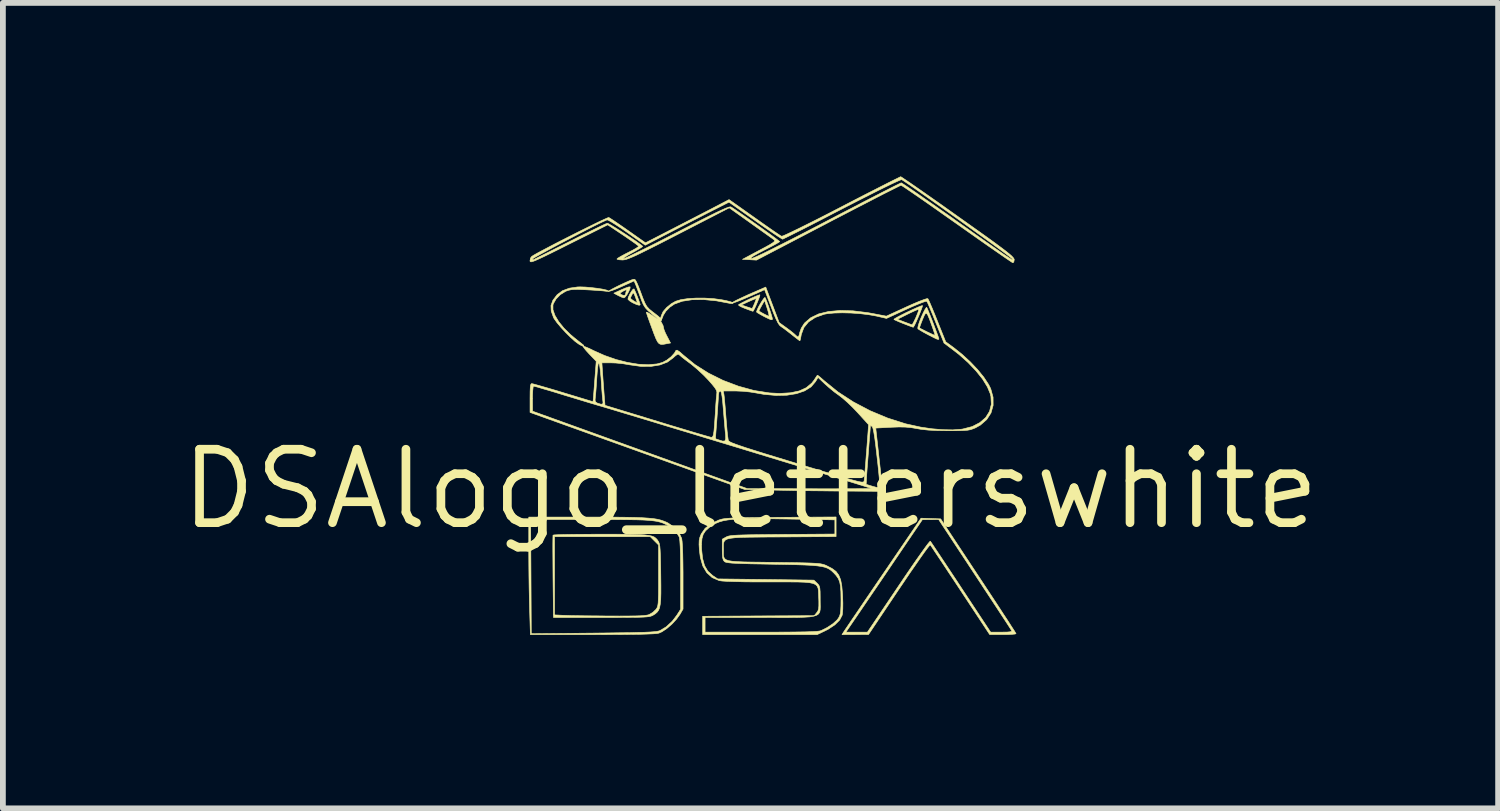
<source format=kicad_pcb>
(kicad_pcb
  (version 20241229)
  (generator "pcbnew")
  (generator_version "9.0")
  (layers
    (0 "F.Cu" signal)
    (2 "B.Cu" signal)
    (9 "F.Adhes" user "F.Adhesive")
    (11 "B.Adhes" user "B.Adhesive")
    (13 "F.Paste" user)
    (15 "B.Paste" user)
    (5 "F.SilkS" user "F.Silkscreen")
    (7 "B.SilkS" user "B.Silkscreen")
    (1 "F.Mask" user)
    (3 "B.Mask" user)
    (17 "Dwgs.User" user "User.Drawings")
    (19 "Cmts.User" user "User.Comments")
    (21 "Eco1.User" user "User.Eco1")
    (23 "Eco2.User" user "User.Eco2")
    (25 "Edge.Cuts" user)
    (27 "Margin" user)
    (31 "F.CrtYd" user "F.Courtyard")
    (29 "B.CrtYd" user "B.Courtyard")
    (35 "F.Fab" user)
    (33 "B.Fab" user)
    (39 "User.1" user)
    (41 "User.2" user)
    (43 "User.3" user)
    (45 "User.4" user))
  (footprint "DSAlogo_letterswhite"
    (layer "F.Cu")
    (at 9.925 5.407)
    (property "Reference" "DSAlogo_letterswhite" (at 0 0 0) (layer "F.SilkS") (effects (font (size 1.27 1.27) (thickness 0.15))))
    (attr through_hole)
    (fp_poly (pts (xy 3.096 1.482) (xy 3.136 1.533) (xy 3.198 1.617) (xy 3.282 1.734) (xy 3.389 1.886) (xy 3.519 2.071) (xy 3.646 2.255) (xy 3.811 2.493) (xy 2.386 2.493) (xy 2.425 2.433) (xy 2.565 2.217) (xy 2.684 2.034) (xy 2.784 1.881) (xy 2.866 1.757) (xy 2.931 1.658) (xy 2.982 1.583) (xy 3.021 1.528) (xy 3.048 1.492) (xy 3.065 1.471) (xy 3.075 1.464) (xy 3.077 1.464) (xy 3.096 1.482)) (stroke (width 0.01) (type solid)) (fill yes) (layer "F.Mask"))
    (fp_poly (pts (xy -0.838 -3.256) (xy -0.717 -3.25) (xy -0.607 -3.24) (xy -0.518 -3.228) (xy -0.467 -3.216) (xy -0.372 -3.186) (xy -0.689 -3.034) (xy -0.798 -2.982) (xy -0.896 -2.936) (xy -0.977 -2.9) (xy -1.032 -2.877) (xy -1.05 -2.87) (xy -1.079 -2.871) (xy -1.113 -2.892) (xy -1.161 -2.938) (xy -1.216 -3.001) (xy -1.269 -3.067) (xy -1.309 -3.122) (xy -1.328 -3.159) (xy -1.329 -3.166) (xy -1.307 -3.186) (xy -1.256 -3.212) (xy -1.217 -3.227) (xy -1.164 -3.243) (xy -1.105 -3.254) (xy -1.031 -3.258) (xy -0.933 -3.258) (xy -0.838 -3.256)) (stroke (width 0.01) (type solid)) (fill yes) (layer "F.Mask"))
    (fp_poly (pts (xy -2.893 -3.447) (xy -2.794 -3.442) (xy -2.7 -3.432) (xy -2.62 -3.42) (xy -2.562 -3.405) (xy -2.536 -3.388) (xy -2.535 -3.383) (xy -2.554 -3.37) (xy -2.603 -3.344) (xy -2.673 -3.307) (xy -2.757 -3.266) (xy -2.845 -3.222) (xy -2.93 -3.182) (xy -3.003 -3.148) (xy -3.055 -3.125) (xy -3.079 -3.117) (xy -3.079 -3.117) (xy -3.093 -3.133) (xy -3.126 -3.173) (xy -3.174 -3.229) (xy -3.182 -3.239) (xy -3.236 -3.308) (xy -3.259 -3.356) (xy -3.248 -3.388) (xy -3.202 -3.413) (xy -3.135 -3.433) (xy -3.073 -3.444) (xy -2.989 -3.448) (xy -2.893 -3.447)) (stroke (width 0.01) (type solid)) (fill yes) (layer "F.Mask"))
    (fp_poly (pts (xy 0.535 -2.785) (xy 0.579 -2.754) (xy 0.641 -2.706) (xy 0.691 -2.665) (xy 0.77 -2.597) (xy 0.823 -2.545) (xy 0.857 -2.499) (xy 0.881 -2.449) (xy 0.894 -2.411) (xy 0.925 -2.329) (xy 0.964 -2.249) (xy 0.984 -2.216) (xy 1.015 -2.168) (xy 1.031 -2.136) (xy 1.031 -2.131) (xy 1.005 -2.122) (xy 0.952 -2.113) (xy 0.886 -2.105) (xy 0.821 -2.099) (xy 0.771 -2.097) (xy 0.749 -2.1) (xy 0.736 -2.131) (xy 0.713 -2.191) (xy 0.684 -2.273) (xy 0.651 -2.369) (xy 0.616 -2.471) (xy 0.583 -2.571) (xy 0.553 -2.661) (xy 0.531 -2.734) (xy 0.518 -2.78) (xy 0.516 -2.794) (xy 0.535 -2.785)) (stroke (width 0.01) (type solid)) (fill yes) (layer "F.Mask"))
    (fp_poly (pts (xy -2.296 -3.325) (xy -2.235 -3.301) (xy -2.193 -3.282) (xy -2.182 -3.274) (xy -2.19 -3.253) (xy -2.212 -3.2) (xy -2.244 -3.125) (xy -2.283 -3.033) (xy -2.327 -2.933) (xy -2.371 -2.832) (xy -2.412 -2.737) (xy -2.448 -2.657) (xy -2.474 -2.6) (xy -2.487 -2.571) (xy -2.488 -2.57) (xy -2.506 -2.579) (xy -2.549 -2.61) (xy -2.61 -2.657) (xy -2.65 -2.688) (xy -2.727 -2.753) (xy -2.807 -2.825) (xy -2.884 -2.898) (xy -2.95 -2.966) (xy -2.999 -3.021) (xy -3.025 -3.058) (xy -3.028 -3.067) (xy -3.01 -3.081) (xy -2.959 -3.109) (xy -2.883 -3.148) (xy -2.788 -3.194) (xy -2.719 -3.226) (xy -2.411 -3.368) (xy -2.296 -3.325)) (stroke (width 0.01) (type solid)) (fill yes) (layer "F.Mask"))
    (fp_poly (pts (xy 1.711 -3.034) (xy 1.893 -3.021) (xy 2.07 -2.995) (xy 2.232 -2.959) (xy 2.249 -2.954) (xy 2.274 -2.937) (xy 2.271 -2.924) (xy 2.245 -2.909) (xy 2.189 -2.88) (xy 2.108 -2.841) (xy 2.01 -2.794) (xy 1.901 -2.743) (xy 1.788 -2.69) (xy 1.678 -2.64) (xy 1.579 -2.595) (xy 1.496 -2.559) (xy 1.437 -2.534) (xy 1.409 -2.524) (xy 1.408 -2.524) (xy 1.387 -2.541) (xy 1.347 -2.585) (xy 1.294 -2.649) (xy 1.241 -2.717) (xy 1.184 -2.796) (xy 1.14 -2.864) (xy 1.112 -2.913) (xy 1.106 -2.935) (xy 1.131 -2.954) (xy 1.184 -2.977) (xy 1.251 -2.999) (xy 1.379 -3.024) (xy 1.536 -3.036) (xy 1.711 -3.034)) (stroke (width 0.01) (type solid)) (fill yes) (layer "F.Mask"))
    (fp_poly (pts (xy 3.417 -2.449) (xy 3.463 -2.42) (xy 3.526 -2.374) (xy 3.599 -2.316) (xy 3.675 -2.252) (xy 3.747 -2.187) (xy 3.809 -2.128) (xy 3.83 -2.106) (xy 3.92 -2.002) (xy 3.996 -1.901) (xy 4.056 -1.808) (xy 4.097 -1.73) (xy 4.115 -1.671) (xy 4.107 -1.636) (xy 4.104 -1.633) (xy 4.072 -1.624) (xy 4.01 -1.614) (xy 3.929 -1.605) (xy 3.909 -1.603) (xy 3.826 -1.595) (xy 3.759 -1.587) (xy 3.719 -1.58) (xy 3.715 -1.579) (xy 3.7 -1.595) (xy 3.674 -1.649) (xy 3.637 -1.738) (xy 3.591 -1.859) (xy 3.538 -2.007) (xy 3.494 -2.135) (xy 3.455 -2.25) (xy 3.425 -2.344) (xy 3.404 -2.413) (xy 3.395 -2.45) (xy 3.395 -2.455) (xy 3.417 -2.449)) (stroke (width 0.01) (type solid)) (fill yes) (layer "F.Mask"))
    (fp_poly (pts (xy -2.107 -3.255) (xy -2.061 -3.233) (xy -2.004 -3.202) (xy -1.935 -3.158) (xy -1.892 -3.116) (xy -1.861 -3.061) (xy -1.846 -3.025) (xy -1.82 -2.955) (xy -1.784 -2.861) (xy -1.745 -2.76) (xy -1.729 -2.717) (xy -1.696 -2.632) (xy -1.671 -2.56) (xy -1.656 -2.513) (xy -1.653 -2.5) (xy -1.672 -2.493) (xy -1.726 -2.488) (xy -1.804 -2.485) (xy -1.899 -2.484) (xy -2.002 -2.485) (xy -2.104 -2.488) (xy -2.197 -2.493) (xy -2.272 -2.5) (xy -2.296 -2.503) (xy -2.36 -2.517) (xy -2.406 -2.532) (xy -2.418 -2.54) (xy -2.417 -2.565) (xy -2.399 -2.625) (xy -2.366 -2.713) (xy -2.32 -2.826) (xy -2.286 -2.906) (xy -2.237 -3.018) (xy -2.194 -3.116) (xy -2.159 -3.193) (xy -2.136 -3.244) (xy -2.128 -3.261) (xy -2.107 -3.255)) (stroke (width 0.01) (type solid)) (fill yes) (layer "F.Mask"))
    (fp_poly (pts (xy -0.118 -3.121) (xy -0.05 -3.091) (xy -0.001 -3.062) (xy 0.019 -3.042) (xy 0.019 -3.041) (xy 0.011 -3.015) (xy -0.012 -2.956) (xy -0.046 -2.871) (xy -0.091 -2.767) (xy -0.142 -2.649) (xy -0.152 -2.627) (xy -0.204 -2.507) (xy -0.252 -2.399) (xy -0.291 -2.31) (xy -0.319 -2.246) (xy -0.333 -2.213) (xy -0.334 -2.211) (xy -0.353 -2.186) (xy -0.359 -2.184) (xy -0.38 -2.197) (xy -0.426 -2.231) (xy -0.491 -2.281) (xy -0.552 -2.33) (xy -0.629 -2.395) (xy -0.712 -2.469) (xy -0.796 -2.547) (xy -0.876 -2.624) (xy -0.945 -2.694) (xy -0.999 -2.751) (xy -1.031 -2.79) (xy -1.038 -2.806) (xy -1.016 -2.818) (xy -0.963 -2.844) (xy -0.883 -2.882) (xy -0.782 -2.93) (xy -0.666 -2.985) (xy -0.642 -2.996) (xy -0.256 -3.176) (xy -0.118 -3.121)) (stroke (width 0.01) (type solid)) (fill yes) (layer "F.Mask"))
    (fp_poly (pts (xy 0.13 -3.001) (xy 0.187 -2.977) (xy 0.259 -2.943) (xy 0.271 -2.937) (xy 0.415 -2.864) (xy 0.559 -2.481) (xy 0.603 -2.363) (xy 0.641 -2.258) (xy 0.67 -2.173) (xy 0.688 -2.116) (xy 0.694 -2.09) (xy 0.694 -2.09) (xy 0.67 -2.085) (xy 0.613 -2.08) (xy 0.533 -2.075) (xy 0.44 -2.071) (xy 0.343 -2.069) (xy 0.253 -2.067) (xy 0.179 -2.068) (xy 0.136 -2.07) (xy 0.056 -2.079) (xy -0.035 -2.092) (xy -0.124 -2.107) (xy -0.201 -2.121) (xy -0.255 -2.134) (xy -0.27 -2.139) (xy -0.27 -2.162) (xy -0.255 -2.216) (xy -0.227 -2.295) (xy -0.19 -2.391) (xy -0.146 -2.5) (xy -0.099 -2.612) (xy -0.05 -2.722) (xy -0.004 -2.824) (xy 0.037 -2.909) (xy 0.071 -2.972) (xy 0.093 -3.006) (xy 0.099 -3.009) (xy 0.13 -3.001)) (stroke (width 0.01) (type solid)) (fill yes) (layer "F.Mask"))
    (fp_poly (pts (xy 2.607 -2.842) (xy 2.703 -2.809) (xy 2.764 -2.785) (xy 2.796 -2.765) (xy 2.805 -2.747) (xy 2.803 -2.738) (xy 2.776 -2.671) (xy 2.737 -2.58) (xy 2.689 -2.472) (xy 2.634 -2.353) (xy 2.577 -2.229) (xy 2.518 -2.105) (xy 2.462 -1.987) (xy 2.411 -1.882) (xy 2.367 -1.795) (xy 2.335 -1.733) (xy 2.315 -1.701) (xy 2.312 -1.698) (xy 2.285 -1.71) (xy 2.234 -1.742) (xy 2.165 -1.789) (xy 2.111 -1.828) (xy 2.037 -1.887) (xy 1.952 -1.96) (xy 1.86 -2.043) (xy 1.767 -2.13) (xy 1.677 -2.217) (xy 1.597 -2.299) (xy 1.532 -2.369) (xy 1.486 -2.424) (xy 1.464 -2.458) (xy 1.464 -2.464) (xy 1.485 -2.48) (xy 1.539 -2.51) (xy 1.621 -2.552) (xy 1.725 -2.602) (xy 1.847 -2.66) (xy 1.935 -2.7) (xy 2.398 -2.91) (xy 2.607 -2.842)) (stroke (width 0.01) (type solid)) (fill yes) (layer "F.Mask"))
    (fp_poly (pts (xy 2.873 -2.745) (xy 2.92 -2.722) (xy 2.99 -2.687) (xy 3.067 -2.646) (xy 3.278 -2.534) (xy 3.458 -2.052) (xy 3.509 -1.918) (xy 3.553 -1.797) (xy 3.591 -1.695) (xy 3.619 -1.618) (xy 3.635 -1.572) (xy 3.639 -1.56) (xy 3.619 -1.555) (xy 3.564 -1.553) (xy 3.481 -1.551) (xy 3.377 -1.551) (xy 3.259 -1.552) (xy 3.134 -1.554) (xy 3.011 -1.557) (xy 2.894 -1.56) (xy 2.793 -1.564) (xy 2.713 -1.569) (xy 2.668 -1.574) (xy 2.573 -1.591) (xy 2.49 -1.614) (xy 2.427 -1.639) (xy 2.393 -1.663) (xy 2.39 -1.671) (xy 2.398 -1.694) (xy 2.422 -1.751) (xy 2.458 -1.836) (xy 2.504 -1.944) (xy 2.559 -2.071) (xy 2.62 -2.21) (xy 2.623 -2.216) (xy 2.684 -2.355) (xy 2.739 -2.481) (xy 2.786 -2.588) (xy 2.823 -2.672) (xy 2.847 -2.728) (xy 2.856 -2.751) (xy 2.856 -2.751) (xy 2.873 -2.745)) (stroke (width 0.01) (type solid)) (fill yes) (layer "F.Mask"))
    (fp_poly (pts (xy -3.778 -1.352) (xy -3.718 -1.332) (xy -3.626 -1.299) (xy -3.504 -1.256) (xy -3.356 -1.203) (xy -3.185 -1.142) (xy -2.995 -1.074) (xy -2.788 -0.999) (xy -2.569 -0.921) (xy -2.341 -0.838) (xy -2.106 -0.753) (xy -1.87 -0.668) (xy -1.634 -0.582) (xy -1.402 -0.498) (xy -1.178 -0.416) (xy -0.964 -0.339) (xy -0.765 -0.266) (xy -0.584 -0.2) (xy -0.424 -0.141) (xy -0.289 -0.091) (xy -0.181 -0.051) (xy -0.104 -0.022) (xy -0.063 -0.006) (xy -0.056 -0.003) (xy -0.073 0.001) (xy -0.131 0.004) (xy -0.228 0.007) (xy -0.363 0.009) (xy -0.535 0.012) (xy -0.741 0.013) (xy -0.98 0.015) (xy -1.251 0.016) (xy -1.552 0.017) (xy -1.882 0.017) (xy -1.924 0.017) (xy -3.812 0.017) (xy -3.812 -0.671) (xy -3.811 -0.837) (xy -3.81 -0.988) (xy -3.809 -1.12) (xy -3.807 -1.228) (xy -3.805 -1.307) (xy -3.802 -1.351) (xy -3.801 -1.359) (xy -3.778 -1.352)) (stroke (width 0.01) (type solid)) (fill yes) (layer "F.Mask"))
    (fp_poly (pts (xy -2.08 -3.496) (xy -2.084 -3.465) (xy -2.106 -3.416) (xy -2.135 -3.363) (xy -2.166 -3.322) (xy -2.188 -3.307) (xy -2.222 -3.317) (xy -2.274 -3.341) (xy -2.288 -3.348) (xy -2.342 -3.377) (xy -2.253 -3.377) (xy -2.243 -3.368) (xy -2.2 -3.351) (xy -2.168 -3.354) (xy -2.161 -3.368) (xy -2.154 -3.403) (xy -2.147 -3.423) (xy -2.141 -3.445) (xy -2.154 -3.446) (xy -2.194 -3.427) (xy -2.203 -3.423) (xy -2.246 -3.396) (xy -2.253 -3.377) (xy -2.342 -3.377) (xy -2.362 -3.388) (xy -2.224 -3.451) (xy -2.156 -3.479) (xy -2.105 -3.496) (xy -2.081 -3.497) (xy -2.08 -3.496)) (stroke (width 0.01) (type solid)) (fill yes) (layer "F.SilkS"))
    (fp_poly (pts (xy 0.163 -3.36) (xy 0.16 -3.338) (xy 0.143 -3.291) (xy 0.118 -3.229) (xy 0.091 -3.165) (xy 0.065 -3.112) (xy 0.047 -3.079) (xy 0.042 -3.075) (xy 0.017 -3.083) (xy -0.035 -3.102) (xy -0.092 -3.123) (xy -0.154 -3.149) (xy -0.196 -3.172) (xy -0.207 -3.185) (xy -0.157 -3.185) (xy -0.064 -3.153) (xy 0.03 -3.122) (xy 0.068 -3.206) (xy 0.089 -3.259) (xy 0.099 -3.291) (xy 0.099 -3.296) (xy 0.079 -3.29) (xy 0.03 -3.27) (xy -0.032 -3.243) (xy -0.157 -3.185) (xy -0.207 -3.185) (xy -0.208 -3.186) (xy -0.188 -3.2) (xy -0.14 -3.226) (xy -0.075 -3.259) (xy -0.002 -3.294) (xy 0.068 -3.325) (xy 0.125 -3.349) (xy 0.159 -3.36) (xy 0.163 -3.36)) (stroke (width 0.01) (type solid)) (fill yes) (layer "F.SilkS"))
    (fp_poly (pts (xy -2.014 -3.462) (xy -2.001 -3.436) (xy -1.978 -3.384) (xy -1.952 -3.319) (xy -1.928 -3.256) (xy -1.911 -3.207) (xy -1.907 -3.188) (xy -1.923 -3.179) (xy -1.968 -3.191) (xy -2.032 -3.22) (xy -2.039 -3.223) (xy -2.088 -3.254) (xy -2.116 -3.28) (xy -2.118 -3.286) (xy -2.115 -3.302) (xy -2.075 -3.302) (xy -2.06 -3.284) (xy -2.023 -3.258) (xy -1.981 -3.233) (xy -1.957 -3.222) (xy -1.962 -3.24) (xy -1.977 -3.285) (xy -1.988 -3.316) (xy -2.009 -3.372) (xy -2.023 -3.392) (xy -2.037 -3.383) (xy -2.048 -3.364) (xy -2.069 -3.322) (xy -2.075 -3.302) (xy -2.115 -3.302) (xy -2.109 -3.322) (xy -2.087 -3.37) (xy -2.059 -3.418) (xy -2.033 -3.453) (xy -2.015 -3.463) (xy -2.014 -3.462)) (stroke (width 0.01) (type solid)) (fill yes) (layer "F.SilkS"))
    (fp_poly (pts (xy 0.251 -3.314) (xy 0.264 -3.288) (xy 0.286 -3.233) (xy 0.312 -3.161) (xy 0.338 -3.083) (xy 0.361 -3.013) (xy 0.376 -2.961) (xy 0.379 -2.941) (xy 0.374 -2.929) (xy 0.353 -2.93) (xy 0.31 -2.948) (xy 0.237 -2.984) (xy 0.226 -2.99) (xy 0.164 -3.024) (xy 0.12 -3.05) (xy 0.104 -3.064) (xy 0.11 -3.082) (xy 0.146 -3.082) (xy 0.163 -3.069) (xy 0.204 -3.045) (xy 0.253 -3.019) (xy 0.297 -2.998) (xy 0.319 -2.99) (xy 0.32 -3.007) (xy 0.31 -3.055) (xy 0.29 -3.122) (xy 0.289 -3.125) (xy 0.244 -3.262) (xy 0.195 -3.176) (xy 0.166 -3.124) (xy 0.149 -3.089) (xy 0.146 -3.082) (xy 0.11 -3.082) (xy 0.114 -3.095) (xy 0.137 -3.146) (xy 0.169 -3.203) (xy 0.203 -3.258) (xy 0.232 -3.299) (xy 0.25 -3.315) (xy 0.251 -3.314)) (stroke (width 0.01) (type solid)) (fill yes) (layer "F.SilkS"))
    (fp_poly (pts (xy -1.995 -3.622) (xy -1.981 -3.602) (xy -1.962 -3.564) (xy -1.936 -3.503) (xy -1.901 -3.412) (xy -1.857 -3.294) (xy -1.824 -3.215) (xy -1.792 -3.159) (xy -1.749 -3.112) (xy -1.685 -3.06) (xy -1.663 -3.044) (xy -1.6 -2.995) (xy -1.556 -2.954) (xy -1.537 -2.927) (xy -1.537 -2.923) (xy -1.543 -2.913) (xy -1.55 -2.909) (xy -1.564 -2.915) (xy -1.592 -2.936) (xy -1.641 -2.976) (xy -1.698 -3.023) (xy -1.769 -3.084) (xy -1.817 -3.135) (xy -1.852 -3.19) (xy -1.883 -3.262) (xy -1.897 -3.301) (xy -1.929 -3.388) (xy -1.959 -3.468) (xy -1.981 -3.526) (xy -1.984 -3.532) (xy -2.012 -3.6) (xy -2.225 -3.504) (xy -2.312 -3.466) (xy -2.384 -3.438) (xy -2.434 -3.422) (xy -2.451 -3.42) (xy -2.438 -3.433) (xy -2.395 -3.458) (xy -2.332 -3.491) (xy -2.256 -3.529) (xy -2.178 -3.565) (xy -2.106 -3.597) (xy -2.05 -3.62) (xy -2.022 -3.628) (xy -2.008 -3.629) (xy -1.995 -3.622)) (stroke (width 0.01) (type solid)) (fill yes) (layer "F.SilkS"))
    (fp_poly (pts (xy 2.974 -3.174) (xy 2.97 -3.152) (xy 2.952 -3.103) (xy 2.926 -3.036) (xy 2.895 -2.962) (xy 2.864 -2.892) (xy 2.837 -2.835) (xy 2.818 -2.803) (xy 2.814 -2.799) (xy 2.79 -2.807) (xy 2.738 -2.826) (xy 2.666 -2.854) (xy 2.647 -2.861) (xy 2.573 -2.891) (xy 2.514 -2.917) (xy 2.482 -2.932) (xy 2.48 -2.934) (xy 2.483 -2.937) (xy 2.539 -2.937) (xy 2.661 -2.89) (xy 2.726 -2.866) (xy 2.774 -2.848) (xy 2.793 -2.842) (xy 2.806 -2.859) (xy 2.83 -2.905) (xy 2.861 -2.97) (xy 2.861 -2.971) (xy 2.889 -3.038) (xy 2.907 -3.088) (xy 2.911 -3.11) (xy 2.911 -3.11) (xy 2.89 -3.105) (xy 2.84 -3.084) (xy 2.769 -3.051) (xy 2.721 -3.028) (xy 2.539 -2.937) (xy 2.483 -2.937) (xy 2.493 -2.947) (xy 2.539 -2.974) (xy 2.609 -3.011) (xy 2.697 -3.055) (xy 2.717 -3.064) (xy 2.81 -3.108) (xy 2.889 -3.143) (xy 2.945 -3.166) (xy 2.973 -3.174) (xy 2.974 -3.174)) (stroke (width 0.01) (type solid)) (fill yes) (layer "F.SilkS"))
    (fp_poly (pts (xy 3.058 -3.119) (xy 3.081 -3.065) (xy 3.111 -2.99) (xy 3.146 -2.902) (xy 3.181 -2.811) (xy 3.213 -2.725) (xy 3.239 -2.655) (xy 3.255 -2.608) (xy 3.258 -2.595) (xy 3.25 -2.588) (xy 3.224 -2.594) (xy 3.173 -2.618) (xy 3.092 -2.659) (xy 3.069 -2.671) (xy 2.995 -2.711) (xy 2.935 -2.746) (xy 2.899 -2.769) (xy 2.894 -2.772) (xy 2.894 -2.788) (xy 2.923 -2.788) (xy 2.924 -2.788) (xy 2.948 -2.773) (xy 2.997 -2.748) (xy 3.057 -2.718) (xy 3.117 -2.69) (xy 3.165 -2.668) (xy 3.189 -2.66) (xy 3.19 -2.66) (xy 3.186 -2.681) (xy 3.169 -2.732) (xy 3.144 -2.804) (xy 3.131 -2.84) (xy 3.093 -2.944) (xy 3.065 -3.01) (xy 3.045 -3.041) (xy 3.027 -3.04) (xy 3.008 -3.01) (xy 2.983 -2.953) (xy 2.975 -2.934) (xy 2.948 -2.864) (xy 2.929 -2.812) (xy 2.923 -2.788) (xy 2.894 -2.788) (xy 2.894 -2.799) (xy 2.909 -2.855) (xy 2.936 -2.932) (xy 2.954 -2.975) (xy 2.989 -3.053) (xy 3.019 -3.11) (xy 3.04 -3.141) (xy 3.047 -3.143) (xy 3.058 -3.119)) (stroke (width 0.01) (type solid)) (fill yes) (layer "F.SilkS"))
    (fp_poly (pts (xy -2.854 -3.494) (xy -2.754 -3.485) (xy -2.653 -3.473) (xy -2.563 -3.459) (xy -2.493 -3.443) (xy -2.457 -3.43) (xy -2.448 -3.418) (xy -2.476 -3.419) (xy -2.499 -3.422) (xy -2.549 -3.428) (xy -2.63 -3.434) (xy -2.731 -3.441) (xy -2.839 -3.447) (xy -2.954 -3.452) (xy -3.036 -3.453) (xy -3.096 -3.449) (xy -3.143 -3.439) (xy -3.187 -3.424) (xy -3.202 -3.417) (xy -3.288 -3.363) (xy -3.361 -3.288) (xy -3.408 -3.206) (xy -3.415 -3.184) (xy -3.415 -3.102) (xy -3.381 -3.005) (xy -3.317 -2.898) (xy -3.226 -2.785) (xy -3.111 -2.672) (xy -3.048 -2.619) (xy -2.979 -2.564) (xy -2.924 -2.52) (xy -2.889 -2.492) (xy -2.882 -2.487) (xy -2.883 -2.471) (xy -2.905 -2.475) (xy -2.949 -2.496) (xy -2.966 -2.506) (xy -3.031 -2.553) (xy -3.11 -2.624) (xy -3.195 -2.708) (xy -3.276 -2.796) (xy -3.346 -2.879) (xy -3.395 -2.948) (xy -3.406 -2.969) (xy -3.445 -3.079) (xy -3.449 -3.175) (xy -3.416 -3.266) (xy -3.344 -3.36) (xy -3.339 -3.365) (xy -3.25 -3.431) (xy -3.13 -3.475) (xy -2.988 -3.496) (xy -2.942 -3.497) (xy -2.854 -3.494)) (stroke (width 0.01) (type solid)) (fill yes) (layer "F.SilkS"))
    (fp_poly (pts (xy -0.639 -3.294) (xy -0.5 -3.275) (xy -0.414 -3.258) (xy -0.346 -3.24) (xy -0.305 -3.226) (xy -0.298 -3.219) (xy -0.315 -3.208) (xy -0.346 -3.21) (xy -0.59 -3.256) (xy -0.813 -3.278) (xy -1.011 -3.275) (xy -1.18 -3.249) (xy -1.315 -3.2) (xy -1.394 -3.146) (xy -1.463 -3.076) (xy -1.509 -3.002) (xy -1.517 -2.977) (xy -1.534 -2.938) (xy -1.55 -2.925) (xy -1.555 -2.911) (xy -1.537 -2.878) (xy -1.512 -2.83) (xy -1.504 -2.796) (xy -1.495 -2.759) (xy -1.471 -2.699) (xy -1.443 -2.644) (xy -1.382 -2.527) (xy -1.446 -2.515) (xy -1.504 -2.504) (xy -1.546 -2.502) (xy -1.579 -2.515) (xy -1.607 -2.547) (xy -1.636 -2.605) (xy -1.671 -2.693) (xy -1.7 -2.772) (xy -1.737 -2.872) (xy -1.768 -2.958) (xy -1.79 -3.022) (xy -1.801 -3.056) (xy -1.801 -3.059) (xy -1.786 -3.058) (xy -1.745 -3.035) (xy -1.694 -3.001) (xy -1.636 -2.962) (xy -1.59 -2.939) (xy -1.57 -2.935) (xy -1.553 -2.962) (xy -1.54 -3.004) (xy -1.51 -3.071) (xy -1.449 -3.141) (xy -1.369 -3.206) (xy -1.293 -3.249) (xy -1.204 -3.276) (xy -1.084 -3.294) (xy -0.943 -3.303) (xy -0.791 -3.303) (xy -0.639 -3.294)) (stroke (width 0.01) (type solid)) (fill yes) (layer "F.SilkS"))
    (fp_poly (pts (xy -2.812 0.483) (xy -2.554 0.483) (xy -2.335 0.484) (xy -2.15 0.486) (xy -1.996 0.489) (xy -1.869 0.494) (xy -1.765 0.501) (xy -1.68 0.509) (xy -1.611 0.52) (xy -1.553 0.534) (xy -1.503 0.551) (xy -1.456 0.57) (xy -1.426 0.585) (xy -1.317 0.659) (xy -1.236 0.751) (xy -1.189 0.853) (xy -1.189 0.854) (xy -1.182 0.905) (xy -1.176 0.993) (xy -1.171 1.114) (xy -1.168 1.262) (xy -1.166 1.433) (xy -1.166 1.51) (xy -1.166 2.073) (xy -1.22 2.166) (xy -1.281 2.25) (xy -1.36 2.335) (xy -1.447 2.41) (xy -1.531 2.466) (xy -1.583 2.489) (xy -1.619 2.496) (xy -1.682 2.501) (xy -1.774 2.505) (xy -1.897 2.509) (xy -2.054 2.511) (xy -2.247 2.513) (xy -2.477 2.514) (xy -2.737 2.515) (xy -3.805 2.515) (xy -3.819 2.054) (xy -3.823 1.894) (xy -3.827 1.705) (xy -3.83 1.502) (xy -3.832 1.297) (xy -3.833 1.105) (xy -3.833 1.038) (xy -3.833 0.525) (xy -3.801 0.525) (xy -3.795 1.512) (xy -3.79 2.499) (xy -2.716 2.489) (xy -2.467 2.486) (xy -2.258 2.483) (xy -2.084 2.481) (xy -1.942 2.477) (xy -1.828 2.474) (xy -1.739 2.47) (xy -1.672 2.465) (xy -1.623 2.46) (xy -1.589 2.453) (xy -1.566 2.446) (xy -1.458 2.381) (xy -1.353 2.284) (xy -1.273 2.179) (xy -1.208 2.077) (xy -1.208 1.482) (xy -1.209 1.292) (xy -1.211 1.129) (xy -1.215 0.998) (xy -1.221 0.901) (xy -1.227 0.842) (xy -1.231 0.828) (xy -1.29 0.731) (xy -1.387 0.65) (xy -1.43 0.625) (xy -1.475 0.604) (xy -1.517 0.585) (xy -1.562 0.57) (xy -1.614 0.557) (xy -1.675 0.548) (xy -1.751 0.54) (xy -1.845 0.534) (xy -1.961 0.53) (xy -2.103 0.528) (xy -2.276 0.526) (xy -2.482 0.525) (xy -2.725 0.525) (xy -2.764 0.525) (xy -3.801 0.525) (xy -3.833 0.525) (xy -3.833 0.483) (xy -2.812 0.483)) (stroke (width 0.01) (type solid)) (fill yes) (layer "F.SilkS"))
    (fp_poly (pts (xy -2.371 0.779) (xy -2.188 0.78) (xy -2.039 0.782) (xy -1.92 0.786) (xy -1.828 0.791) (xy -1.757 0.8) (xy -1.705 0.811) (xy -1.667 0.826) (xy -1.639 0.846) (xy -1.616 0.869) (xy -1.596 0.898) (xy -1.596 0.898) (xy -1.584 0.92) (xy -1.574 0.95) (xy -1.567 0.991) (xy -1.562 1.051) (xy -1.558 1.133) (xy -1.555 1.245) (xy -1.552 1.39) (xy -1.551 1.48) (xy -1.549 1.658) (xy -1.549 1.799) (xy -1.552 1.908) (xy -1.56 1.99) (xy -1.572 2.051) (xy -1.59 2.095) (xy -1.615 2.128) (xy -1.647 2.156) (xy -1.68 2.177) (xy -1.699 2.187) (xy -1.722 2.196) (xy -1.751 2.203) (xy -1.793 2.208) (xy -1.851 2.212) (xy -1.929 2.215) (xy -2.031 2.216) (xy -2.162 2.217) (xy -2.326 2.218) (xy -2.527 2.218) (xy -2.577 2.218) (xy -3.406 2.218) (xy -3.414 1.514) (xy -3.415 1.346) (xy -3.416 1.191) (xy -3.417 1.054) (xy -3.417 0.941) (xy -3.416 0.857) (xy -3.415 0.821) (xy -3.388 0.821) (xy -3.388 2.174) (xy -3.245 2.181) (xy -3.188 2.183) (xy -3.094 2.186) (xy -2.972 2.188) (xy -2.828 2.19) (xy -2.669 2.191) (xy -2.501 2.193) (xy -2.462 2.193) (xy -2.268 2.194) (xy -2.113 2.193) (xy -1.991 2.192) (xy -1.898 2.189) (xy -1.83 2.184) (xy -1.783 2.177) (xy -1.752 2.169) (xy -1.751 2.168) (xy -1.688 2.13) (xy -1.635 2.08) (xy -1.621 2.061) (xy -1.61 2.039) (xy -1.602 2.009) (xy -1.596 1.966) (xy -1.593 1.904) (xy -1.59 1.818) (xy -1.589 1.703) (xy -1.589 1.552) (xy -1.589 1.494) (xy -1.589 0.965) (xy -1.733 0.821) (xy -3.388 0.821) (xy -3.415 0.821) (xy -3.415 0.807) (xy -3.414 0.795) (xy -3.392 0.791) (xy -3.332 0.788) (xy -3.24 0.785) (xy -3.118 0.783) (xy -2.973 0.781) (xy -2.809 0.78) (xy -2.63 0.779) (xy -2.593 0.779) (xy -2.371 0.779)) (stroke (width 0.01) (type solid)) (fill yes) (layer "F.SilkS"))
    (fp_poly (pts (xy 3.288 0.514) (xy 3.939 1.499) (xy 4.06 1.682) (xy 4.174 1.855) (xy 4.279 2.014) (xy 4.371 2.156) (xy 4.451 2.277) (xy 4.514 2.376) (xy 4.56 2.447) (xy 4.586 2.489) (xy 4.591 2.499) (xy 4.571 2.505) (xy 4.518 2.51) (xy 4.44 2.514) (xy 4.364 2.514) (xy 4.136 2.514) (xy 3.63 1.747) (xy 3.523 1.585) (xy 3.423 1.435) (xy 3.333 1.298) (xy 3.254 1.18) (xy 3.19 1.084) (xy 3.143 1.013) (xy 3.115 0.972) (xy 3.108 0.962) (xy 3.094 0.976) (xy 3.058 1.021) (xy 3.004 1.094) (xy 2.934 1.193) (xy 2.851 1.313) (xy 2.755 1.451) (xy 2.652 1.604) (xy 2.567 1.729) (xy 2.041 2.513) (xy 1.811 2.514) (xy 1.582 2.515) (xy 1.609 2.472) (xy 1.65 2.472) (xy 2.022 2.472) (xy 2.558 1.677) (xy 2.668 1.514) (xy 2.771 1.363) (xy 2.865 1.227) (xy 2.947 1.111) (xy 3.015 1.016) (xy 3.066 0.947) (xy 3.099 0.907) (xy 3.109 0.899) (xy 3.124 0.92) (xy 3.159 0.972) (xy 3.213 1.053) (xy 3.283 1.158) (xy 3.366 1.283) (xy 3.461 1.426) (xy 3.564 1.581) (xy 3.638 1.694) (xy 4.152 2.472) (xy 4.341 2.472) (xy 4.434 2.471) (xy 4.49 2.466) (xy 4.515 2.457) (xy 4.516 2.446) (xy 4.501 2.424) (xy 4.466 2.369) (xy 4.412 2.286) (xy 4.341 2.178) (xy 4.256 2.048) (xy 4.158 1.899) (xy 4.05 1.736) (xy 3.935 1.56) (xy 3.877 1.472) (xy 3.253 0.525) (xy 3.113 0.526) (xy 2.972 0.527) (xy 2.524 1.187) (xy 2.412 1.353) (xy 2.298 1.521) (xy 2.186 1.686) (xy 2.08 1.841) (xy 1.986 1.979) (xy 1.908 2.094) (xy 1.863 2.16) (xy 1.65 2.472) (xy 1.609 2.472) (xy 1.621 2.454) (xy 1.64 2.425) (xy 1.681 2.365) (xy 1.74 2.277) (xy 1.817 2.164) (xy 1.908 2.03) (xy 2.011 1.878) (xy 2.124 1.712) (xy 2.244 1.536) (xy 2.304 1.448) (xy 2.949 0.502) (xy 3.288 0.514)) (stroke (width 0.01) (type solid)) (fill yes) (layer "F.SilkS"))
    (fp_poly (pts (xy 1.48 0.82) (xy 0.551 0.826) (xy 0.317 0.827) (xy 0.121 0.829) (xy -0.039 0.831) (xy -0.167 0.834) (xy -0.267 0.84) (xy -0.342 0.849) (xy -0.396 0.861) (xy -0.432 0.878) (xy -0.453 0.9) (xy -0.464 0.928) (xy -0.468 0.963) (xy -0.468 1.005) (xy -0.467 1.043) (xy -0.468 1.095) (xy -0.468 1.138) (xy -0.462 1.172) (xy -0.449 1.2) (xy -0.422 1.22) (xy -0.38 1.236) (xy -0.317 1.246) (xy -0.231 1.253) (xy -0.117 1.258) (xy 0.028 1.261) (xy 0.209 1.263) (xy 0.404 1.266) (xy 0.611 1.269) (xy 0.78 1.271) (xy 0.916 1.274) (xy 1.023 1.277) (xy 1.106 1.281) (xy 1.168 1.285) (xy 1.215 1.291) (xy 1.251 1.299) (xy 1.281 1.308) (xy 1.309 1.319) (xy 1.32 1.325) (xy 1.411 1.372) (xy 1.479 1.423) (xy 1.526 1.486) (xy 1.559 1.567) (xy 1.579 1.674) (xy 1.591 1.815) (xy 1.593 1.849) (xy 1.597 1.968) (xy 1.596 2.072) (xy 1.59 2.149) (xy 1.585 2.18) (xy 1.541 2.264) (xy 1.458 2.346) (xy 1.34 2.424) (xy 1.28 2.454) (xy 1.152 2.515) (xy -0.827 2.515) (xy -0.827 2.198) (xy 0.138 2.192) (xy 1.103 2.187) (xy 1.146 2.134) (xy 1.166 2.104) (xy 1.178 2.068) (xy 1.182 2.017) (xy 1.182 1.94) (xy 1.18 1.882) (xy 1.177 1.813) (xy 1.175 1.757) (xy 1.168 1.711) (xy 1.152 1.676) (xy 1.125 1.649) (xy 1.082 1.63) (xy 1.02 1.617) (xy 0.933 1.609) (xy 0.819 1.605) (xy 0.674 1.604) (xy 0.494 1.604) (xy 0.308 1.604) (xy 0.08 1.604) (xy -0.116 1.602) (xy -0.278 1.598) (xy -0.405 1.594) (xy -0.493 1.588) (xy -0.541 1.581) (xy -0.541 1.581) (xy -0.662 1.529) (xy -0.756 1.444) (xy -0.825 1.327) (xy -0.868 1.175) (xy -0.884 1.047) (xy -0.889 0.956) (xy -0.847 0.956) (xy -0.845 1.042) (xy -0.828 1.199) (xy -0.794 1.322) (xy -0.738 1.417) (xy -0.659 1.489) (xy -0.652 1.495) (xy -0.566 1.552) (xy 0.265 1.562) (xy 1.096 1.573) (xy 1.15 1.624) (xy 1.174 1.649) (xy 1.19 1.676) (xy 1.199 1.713) (xy 1.204 1.771) (xy 1.205 1.858) (xy 1.205 1.904) (xy 1.206 1.976) (xy 1.207 2.036) (xy 1.205 2.085) (xy 1.197 2.125) (xy 1.178 2.156) (xy 1.145 2.179) (xy 1.095 2.196) (xy 1.025 2.208) (xy 0.931 2.214) (xy 0.809 2.218) (xy 0.656 2.219) (xy 0.469 2.219) (xy 0.244 2.218) (xy 0.168 2.218) (xy -0.785 2.218) (xy -0.785 2.472) (xy 0.188 2.472) (xy 0.437 2.472) (xy 0.646 2.471) (xy 0.819 2.469) (xy 0.957 2.467) (xy 1.064 2.463) (xy 1.141 2.459) (xy 1.192 2.453) (xy 1.22 2.446) (xy 1.22 2.446) (xy 1.327 2.392) (xy 1.422 2.329) (xy 1.494 2.265) (xy 1.521 2.23) (xy 1.54 2.194) (xy 1.553 2.153) (xy 1.56 2.097) (xy 1.564 2.017) (xy 1.565 1.905) (xy 1.563 1.775) (xy 1.556 1.677) (xy 1.542 1.604) (xy 1.519 1.547) (xy 1.483 1.495) (xy 1.443 1.451) (xy 1.409 1.418) (xy 1.375 1.391) (xy 1.337 1.369) (xy 1.29 1.351) (xy 1.23 1.337) (xy 1.152 1.326) (xy 1.053 1.317) (xy 0.929 1.311) (xy 0.774 1.306) (xy 0.586 1.302) (xy 0.38 1.298) (xy 0.172 1.294) (xy 0.002 1.291) (xy -0.133 1.287) (xy -0.238 1.283) (xy -0.317 1.279) (xy -0.373 1.273) (xy -0.412 1.267) (xy -0.437 1.26) (xy -0.451 1.251) (xy -0.451 1.251) (xy -0.47 1.225) (xy -0.482 1.183) (xy -0.487 1.116) (xy -0.488 1.041) (xy -0.488 0.865) (xy -0.42 0.827) (xy -0.4 0.818) (xy -0.374 0.81) (xy -0.339 0.804) (xy -0.29 0.799) (xy -0.223 0.795) (xy -0.134 0.792) (xy -0.02 0.789) (xy 0.124 0.787) (xy 0.302 0.785) (xy 0.518 0.783) (xy 0.554 0.783) (xy 1.459 0.776) (xy 1.459 0.531) (xy 0.628 0.516) (xy 0.377 0.512) (xy 0.163 0.51) (xy -0.016 0.51) (xy -0.165 0.514) (xy -0.288 0.521) (xy -0.389 0.532) (xy -0.473 0.547) (xy -0.542 0.567) (xy -0.602 0.592) (xy -0.656 0.623) (xy -0.709 0.66) (xy -0.715 0.664) (xy -0.777 0.72) (xy -0.817 0.781) (xy -0.839 0.856) (xy -0.847 0.956) (xy -0.889 0.956) (xy -0.889 0.953) (xy -0.887 0.887) (xy -0.876 0.835) (xy -0.855 0.783) (xy -0.851 0.773) (xy -0.784 0.677) (xy -0.684 0.599) (xy -0.547 0.534) (xy -0.541 0.532) (xy -0.513 0.523) (xy -0.48 0.515) (xy -0.439 0.509) (xy -0.385 0.504) (xy -0.315 0.499) (xy -0.225 0.496) (xy -0.11 0.493) (xy 0.034 0.491) (xy 0.21 0.489) (xy 0.423 0.488) (xy 0.522 0.487) (xy 1.48 0.481) (xy 1.48 0.82)) (stroke (width 0.01) (type solid)) (fill yes) (layer "F.SilkS"))
    (fp_poly (pts (xy 2.618 -5.39) (xy 2.67 -5.355) (xy 2.75 -5.301) (xy 2.856 -5.228) (xy 2.982 -5.14) (xy 3.128 -5.038) (xy 3.289 -4.925) (xy 3.462 -4.802) (xy 3.589 -4.712) (xy 3.799 -4.563) (xy 3.976 -4.437) (xy 4.124 -4.331) (xy 4.245 -4.243) (xy 4.342 -4.171) (xy 4.417 -4.114) (xy 4.473 -4.069) (xy 4.513 -4.034) (xy 4.538 -4.008) (xy 4.553 -3.988) (xy 4.559 -3.973) (xy 4.56 -3.966) (xy 4.552 -3.926) (xy 4.536 -3.914) (xy 4.514 -3.927) (xy 4.462 -3.962) (xy 4.381 -4.017) (xy 4.276 -4.09) (xy 4.149 -4.178) (xy 4.003 -4.28) (xy 3.843 -4.393) (xy 3.671 -4.514) (xy 3.569 -4.586) (xy 3.391 -4.711) (xy 3.224 -4.829) (xy 3.07 -4.937) (xy 2.932 -5.033) (xy 2.814 -5.114) (xy 2.719 -5.179) (xy 2.651 -5.225) (xy 2.611 -5.25) (xy 2.603 -5.254) (xy 2.581 -5.244) (xy 2.525 -5.216) (xy 2.437 -5.172) (xy 2.321 -5.114) (xy 2.181 -5.042) (xy 2.019 -4.958) (xy 1.838 -4.865) (xy 1.642 -4.763) (xy 1.433 -4.655) (xy 1.342 -4.607) (xy 0.103 -3.96) (xy -0.018 -3.967) (xy -0.139 -3.973) (xy 0.153 -4.129) (xy 0.264 -4.188) (xy 0.341 -4.231) (xy 0.389 -4.262) (xy 0.414 -4.283) (xy 0.419 -4.298) (xy 0.409 -4.31) (xy 0.407 -4.312) (xy 0.379 -4.332) (xy 0.322 -4.373) (xy 0.242 -4.43) (xy 0.145 -4.499) (xy 0.036 -4.577) (xy 0.001 -4.602) (xy -0.367 -4.864) (xy -1.242 -4.413) (xy -1.45 -4.306) (xy -1.624 -4.217) (xy -1.768 -4.145) (xy -1.885 -4.087) (xy -1.978 -4.042) (xy -2.051 -4.01) (xy -2.107 -3.987) (xy -2.15 -3.972) (xy -2.183 -3.965) (xy -2.211 -3.962) (xy -2.213 -3.962) (xy -2.27 -3.966) (xy -2.304 -3.974) (xy -2.309 -3.979) (xy -2.291 -3.995) (xy -2.243 -4.024) (xy -2.173 -4.062) (xy -2.118 -4.09) (xy -2.039 -4.13) (xy -1.976 -4.166) (xy -1.94 -4.191) (xy -1.933 -4.2) (xy -1.952 -4.217) (xy -1.999 -4.252) (xy -2.07 -4.302) (xy -2.157 -4.362) (xy -2.203 -4.393) (xy -2.468 -4.57) (xy -3.14 -4.235) (xy -3.317 -4.146) (xy -3.46 -4.075) (xy -3.573 -4.02) (xy -3.659 -3.98) (xy -3.721 -3.952) (xy -3.764 -3.936) (xy -3.791 -3.93) (xy -3.805 -3.932) (xy -3.811 -3.941) (xy -3.812 -3.949) (xy -3.805 -3.98) (xy -3.769 -3.98) (xy -3.758 -3.965) (xy -3.753 -3.966) (xy -3.731 -3.977) (xy -3.676 -4.005) (xy -3.592 -4.047) (xy -3.484 -4.101) (xy -3.356 -4.166) (xy -3.214 -4.237) (xy -3.119 -4.285) (xy -2.969 -4.361) (xy -2.83 -4.429) (xy -2.708 -4.489) (xy -2.607 -4.538) (xy -2.531 -4.574) (xy -2.485 -4.594) (xy -2.474 -4.597) (xy -2.449 -4.586) (xy -2.397 -4.556) (xy -2.325 -4.512) (xy -2.241 -4.459) (xy -2.15 -4.4) (xy -2.062 -4.341) (xy -1.982 -4.287) (xy -1.918 -4.241) (xy -1.876 -4.21) (xy -1.864 -4.197) (xy -1.882 -4.182) (xy -1.929 -4.153) (xy -1.997 -4.113) (xy -2.05 -4.084) (xy -2.123 -4.043) (xy -2.174 -4.01) (xy -2.198 -3.989) (xy -2.195 -3.984) (xy -2.169 -3.993) (xy -2.108 -4.02) (xy -2.019 -4.063) (xy -1.903 -4.12) (xy -1.765 -4.188) (xy -1.609 -4.266) (xy -1.439 -4.353) (xy -1.267 -4.441) (xy -1.049 -4.553) (xy -0.866 -4.646) (xy -0.714 -4.722) (xy -0.593 -4.782) (xy -0.498 -4.826) (xy -0.428 -4.857) (xy -0.379 -4.875) (xy -0.35 -4.881) (xy -0.34 -4.88) (xy -0.311 -4.863) (xy -0.256 -4.826) (xy -0.179 -4.773) (xy -0.087 -4.709) (xy 0.014 -4.638) (xy 0.119 -4.564) (xy 0.222 -4.49) (xy 0.317 -4.422) (xy 0.398 -4.363) (xy 0.46 -4.316) (xy 0.497 -4.288) (xy 0.505 -4.28) (xy 0.488 -4.267) (xy 0.439 -4.239) (xy 0.366 -4.199) (xy 0.275 -4.152) (xy 0.236 -4.132) (xy 0.127 -4.075) (xy 0.054 -4.034) (xy 0.015 -4.006) (xy 0.006 -3.991) (xy 0.015 -3.987) (xy 0.045 -3.996) (xy 0.112 -4.024) (xy 0.215 -4.072) (xy 0.353 -4.14) (xy 0.526 -4.227) (xy 0.734 -4.332) (xy 0.975 -4.456) (xy 1.25 -4.599) (xy 1.325 -4.638) (xy 1.539 -4.75) (xy 1.743 -4.855) (xy 1.932 -4.954) (xy 2.105 -5.043) (xy 2.257 -5.121) (xy 2.385 -5.186) (xy 2.488 -5.238) (xy 2.56 -5.274) (xy 2.6 -5.293) (xy 2.607 -5.296) (xy 2.627 -5.284) (xy 2.679 -5.25) (xy 2.759 -5.196) (xy 2.864 -5.124) (xy 2.99 -5.036) (xy 3.135 -4.936) (xy 3.294 -4.824) (xy 3.466 -4.704) (xy 3.551 -4.643) (xy 3.76 -4.496) (xy 3.936 -4.371) (xy 4.084 -4.267) (xy 4.204 -4.183) (xy 4.301 -4.115) (xy 4.376 -4.062) (xy 4.433 -4.024) (xy 4.474 -3.997) (xy 4.501 -3.98) (xy 4.517 -3.971) (xy 4.525 -3.969) (xy 4.528 -3.971) (xy 4.528 -3.976) (xy 4.528 -3.98) (xy 4.511 -3.996) (xy 4.464 -4.032) (xy 4.389 -4.088) (xy 4.292 -4.16) (xy 4.175 -4.246) (xy 4.042 -4.342) (xy 3.897 -4.446) (xy 3.745 -4.556) (xy 3.588 -4.669) (xy 3.431 -4.781) (xy 3.277 -4.891) (xy 3.13 -4.995) (xy 2.994 -5.091) (xy 2.873 -5.176) (xy 2.771 -5.247) (xy 2.69 -5.302) (xy 2.636 -5.338) (xy 2.613 -5.352) (xy 2.589 -5.344) (xy 2.531 -5.319) (xy 2.442 -5.278) (xy 2.327 -5.222) (xy 2.189 -5.154) (xy 2.031 -5.074) (xy 1.857 -4.986) (xy 1.67 -4.89) (xy 1.578 -4.843) (xy 1.387 -4.744) (xy 1.208 -4.651) (xy 1.043 -4.566) (xy 0.896 -4.491) (xy 0.77 -4.428) (xy 0.671 -4.378) (xy 0.599 -4.343) (xy 0.561 -4.324) (xy 0.555 -4.322) (xy 0.533 -4.334) (xy 0.481 -4.367) (xy 0.404 -4.418) (xy 0.308 -4.484) (xy 0.195 -4.562) (xy 0.082 -4.642) (xy -0.371 -4.962) (xy -0.562 -4.865) (xy -0.633 -4.829) (xy -0.734 -4.778) (xy -0.858 -4.714) (xy -0.998 -4.642) (xy -1.146 -4.566) (xy -1.286 -4.494) (xy -1.819 -4.218) (xy -2.133 -4.44) (xy -2.235 -4.511) (xy -2.327 -4.571) (xy -2.402 -4.618) (xy -2.455 -4.648) (xy -2.478 -4.656) (xy -2.508 -4.644) (xy -2.569 -4.616) (xy -2.655 -4.574) (xy -2.761 -4.521) (xy -2.882 -4.459) (xy -3.013 -4.391) (xy -3.147 -4.321) (xy -3.281 -4.251) (xy -3.409 -4.183) (xy -3.525 -4.12) (xy -3.624 -4.066) (xy -3.702 -4.023) (xy -3.752 -3.993) (xy -3.769 -3.98) (xy -3.805 -3.98) (xy -3.801 -3.998) (xy -3.784 -4.022) (xy -3.753 -4.042) (xy -3.69 -4.078) (xy -3.602 -4.125) (xy -3.494 -4.182) (xy -3.37 -4.247) (xy -3.237 -4.315) (xy -3.099 -4.385) (xy -2.962 -4.454) (xy -2.831 -4.519) (xy -2.711 -4.578) (xy -2.608 -4.628) (xy -2.526 -4.666) (xy -2.472 -4.69) (xy -2.45 -4.697) (xy -2.425 -4.682) (xy -2.371 -4.647) (xy -2.295 -4.595) (xy -2.203 -4.532) (xy -2.119 -4.473) (xy -1.815 -4.259) (xy -1.358 -4.494) (xy -1.211 -4.57) (xy -1.058 -4.649) (xy -0.909 -4.726) (xy -0.775 -4.795) (xy -0.665 -4.852) (xy -0.635 -4.868) (xy -0.37 -5.006) (xy 0.068 -4.696) (xy 0.189 -4.61) (xy 0.299 -4.533) (xy 0.394 -4.467) (xy 0.469 -4.416) (xy 0.519 -4.383) (xy 0.537 -4.372) (xy 0.563 -4.379) (xy 0.622 -4.405) (xy 0.714 -4.448) (xy 0.834 -4.506) (xy 0.981 -4.579) (xy 1.151 -4.664) (xy 1.341 -4.761) (xy 1.55 -4.869) (xy 1.573 -4.881) (xy 1.764 -4.98) (xy 1.944 -5.073) (xy 2.109 -5.157) (xy 2.256 -5.232) (xy 2.382 -5.296) (xy 2.482 -5.346) (xy 2.553 -5.381) (xy 2.592 -5.4) (xy 2.598 -5.402) (xy 2.618 -5.39)) (stroke (width 0.01) (type solid)) (fill yes) (layer "F.SilkS"))
    (fp_poly (pts (xy 0.496 -2.88) (xy 0.624 -2.788) (xy 0.691 -2.738) (xy 0.746 -2.694) (xy 0.779 -2.664) (xy 0.78 -2.663) (xy 0.812 -2.633) (xy 0.833 -2.64) (xy 0.848 -2.686) (xy 0.852 -2.709) (xy 0.878 -2.783) (xy 0.927 -2.861) (xy 0.939 -2.876) (xy 1.042 -2.964) (xy 1.179 -3.03) (xy 1.348 -3.071) (xy 1.547 -3.089) (xy 1.773 -3.083) (xy 2.026 -3.052) (xy 2.136 -3.032) (xy 2.349 -2.991) (xy 2.699 -3.152) (xy 2.82 -3.206) (xy 2.923 -3.249) (xy 3.002 -3.279) (xy 3.052 -3.294) (xy 3.067 -3.293) (xy 3.08 -3.269) (xy 3.106 -3.211) (xy 3.142 -3.127) (xy 3.185 -3.023) (xy 3.23 -2.911) (xy 3.375 -2.548) (xy 3.512 -2.448) (xy 3.66 -2.33) (xy 3.801 -2.2) (xy 3.928 -2.066) (xy 4.035 -1.934) (xy 4.116 -1.811) (xy 4.153 -1.738) (xy 4.194 -1.59) (xy 4.195 -1.448) (xy 4.158 -1.317) (xy 4.084 -1.203) (xy 3.975 -1.108) (xy 3.889 -1.06) (xy 3.844 -1.042) (xy 3.802 -1.028) (xy 3.754 -1.019) (xy 3.692 -1.014) (xy 3.608 -1.011) (xy 3.494 -1.01) (xy 3.417 -1.01) (xy 3.227 -1.013) (xy 3.073 -1.021) (xy 2.946 -1.035) (xy 2.876 -1.047) (xy 2.776 -1.064) (xy 2.678 -1.073) (xy 2.567 -1.075) (xy 2.431 -1.07) (xy 2.166 -1.056) (xy 2.213 -0.631) (xy 2.228 -0.492) (xy 2.243 -0.359) (xy 2.256 -0.241) (xy 2.266 -0.147) (xy 2.273 -0.086) (xy 2.273 -0.084) (xy 2.286 0.038) (xy 1.624 0.033) (xy 1.426 0.032) (xy 1.21 0.029) (xy 0.989 0.027) (xy 0.774 0.024) (xy 0.579 0.02) (xy 0.431 0.017) (xy -0.099 0.006) (xy -3.811 -1.327) (xy -3.811 -1.565) (xy -3.769 -1.565) (xy -3.768 -1.348) (xy -1.912 -0.679) (xy -0.055 -0.009) (xy 1.023 -0.007) (xy 1.232 -0.006) (xy 1.427 -0.006) (xy 1.605 -0.007) (xy 1.761 -0.007) (xy 1.891 -0.008) (xy 1.992 -0.009) (xy 2.06 -0.011) (xy 2.091 -0.012) (xy 2.092 -0.012) (xy 2.071 -0.019) (xy 2.013 -0.037) (xy 1.921 -0.066) (xy 1.866 -0.083) (xy 2 -0.083) (xy 2.116 -0.048) (xy 2.179 -0.031) (xy 2.224 -0.025) (xy 2.238 -0.028) (xy 2.238 -0.053) (xy 2.233 -0.114) (xy 2.225 -0.205) (xy 2.214 -0.32) (xy 2.2 -0.452) (xy 2.189 -0.548) (xy 2.168 -0.731) (xy 2.15 -0.873) (xy 2.133 -0.978) (xy 2.119 -1.046) (xy 2.106 -1.08) (xy 2.103 -1.083) (xy 2.079 -1.099) (xy 2.073 -1.093) (xy 2.071 -1.067) (xy 2.067 -1.005) (xy 2.06 -0.915) (xy 2.051 -0.803) (xy 2.042 -0.681) (xy 2.032 -0.549) (xy 2.022 -0.424) (xy 2.014 -0.315) (xy 2.008 -0.231) (xy 2.006 -0.186) (xy 2 -0.083) (xy 1.866 -0.083) (xy 1.797 -0.104) (xy 1.645 -0.151) (xy 1.468 -0.205) (xy 1.269 -0.266) (xy 1.051 -0.332) (xy 0.818 -0.403) (xy 0.571 -0.478) (xy 0.315 -0.556) (xy 0.052 -0.636) (xy -0.214 -0.717) (xy -0.481 -0.798) (xy -0.725 -0.872) (xy -0.606 -0.872) (xy -0.552 -0.853) (xy -0.483 -0.831) (xy -0.444 -0.833) (xy -0.429 -0.865) (xy -0.43 -0.931) (xy -0.432 -0.951) (xy -0.439 -1.018) (xy -0.447 -1.114) (xy -0.457 -1.23) (xy -0.467 -1.352) (xy -0.47 -1.385) (xy -0.481 -1.514) (xy -0.492 -1.605) (xy -0.502 -1.662) (xy -0.514 -1.692) (xy -0.523 -1.698) (xy -0.471 -1.698) (xy -0.459 -1.639) (xy -0.454 -1.599) (xy -0.447 -1.525) (xy -0.438 -1.426) (xy -0.429 -1.31) (xy -0.423 -1.232) (xy -0.413 -1.112) (xy -0.404 -1.004) (xy -0.394 -0.917) (xy -0.386 -0.859) (xy -0.382 -0.841) (xy -0.373 -0.83) (xy -0.351 -0.816) (xy -0.312 -0.798) (xy -0.254 -0.776) (xy -0.174 -0.748) (xy -0.07 -0.713) (xy 0.063 -0.671) (xy 0.225 -0.62) (xy 0.422 -0.56) (xy 0.654 -0.489) (xy 0.794 -0.446) (xy 1.041 -0.372) (xy 1.25 -0.309) (xy 1.424 -0.257) (xy 1.568 -0.214) (xy 1.683 -0.181) (xy 1.773 -0.156) (xy 1.841 -0.138) (xy 1.891 -0.127) (xy 1.925 -0.122) (xy 1.946 -0.123) (xy 1.957 -0.127) (xy 1.963 -0.134) (xy 1.964 -0.139) (xy 1.968 -0.173) (xy 1.974 -0.242) (xy 1.982 -0.34) (xy 1.992 -0.459) (xy 2.002 -0.594) (xy 2.007 -0.65) (xy 2.042 -1.115) (xy 1.851 -1.325) (xy 1.767 -1.413) (xy 1.679 -1.498) (xy 1.597 -1.57) (xy 1.533 -1.62) (xy 1.449 -1.681) (xy 1.358 -1.756) (xy 1.287 -1.819) (xy 1.168 -1.932) (xy 1.124 -1.858) (xy 1.047 -1.768) (xy 0.936 -1.699) (xy 0.796 -1.651) (xy 0.629 -1.624) (xy 0.44 -1.62) (xy 0.233 -1.639) (xy 0.085 -1.665) (xy -0.01 -1.68) (xy -0.126 -1.692) (xy -0.241 -1.697) (xy -0.269 -1.698) (xy -0.471 -1.698) (xy -0.523 -1.698) (xy -0.545 -1.678) (xy -0.553 -1.629) (xy -0.555 -1.584) (xy -0.56 -1.507) (xy -0.567 -1.405) (xy -0.575 -1.288) (xy -0.58 -1.216) (xy -0.606 -0.872) (xy -0.725 -0.872) (xy -0.745 -0.878) (xy -1.003 -0.957) (xy -1.253 -1.032) (xy -1.49 -1.104) (xy -1.713 -1.172) (xy -1.918 -1.234) (xy -2.101 -1.289) (xy -2.26 -1.337) (xy -2.392 -1.377) (xy -2.493 -1.407) (xy -2.561 -1.427) (xy -2.584 -1.434) (xy -2.63 -1.447) (xy -2.71 -1.471) (xy -2.817 -1.503) (xy -2.945 -1.542) (xy -3.086 -1.585) (xy -3.206 -1.621) (xy -3.348 -1.665) (xy -3.477 -1.704) (xy -3.588 -1.736) (xy -3.674 -1.762) (xy -3.73 -1.777) (xy -3.751 -1.782) (xy -3.758 -1.763) (xy -3.764 -1.709) (xy -3.768 -1.632) (xy -3.769 -1.565) (xy -3.811 -1.565) (xy -3.811 -1.576) (xy -3.81 -1.686) (xy -3.807 -1.759) (xy -3.801 -1.803) (xy -3.79 -1.822) (xy -3.782 -1.825) (xy -3.755 -1.819) (xy -3.693 -1.802) (xy -3.601 -1.776) (xy -3.487 -1.743) (xy -3.355 -1.704) (xy -3.237 -1.668) (xy -2.722 -1.512) (xy -2.719 -1.539) (xy -2.687 -1.539) (xy -2.679 -1.508) (xy -2.651 -1.49) (xy -2.645 -1.487) (xy -2.584 -1.468) (xy -2.554 -1.473) (xy -2.549 -1.504) (xy -2.551 -1.512) (xy -2.556 -1.554) (xy -2.563 -1.626) (xy -2.57 -1.715) (xy -2.573 -1.761) (xy -2.584 -1.927) (xy -2.596 -2.052) (xy -2.607 -2.135) (xy -2.619 -2.178) (xy -2.626 -2.184) (xy -2.569 -2.184) (xy -2.555 -1.978) (xy -2.547 -1.864) (xy -2.538 -1.743) (xy -2.53 -1.637) (xy -2.528 -1.61) (xy -2.515 -1.449) (xy -1.613 -1.174) (xy -1.425 -1.116) (xy -1.248 -1.063) (xy -1.088 -1.015) (xy -0.948 -0.973) (xy -0.832 -0.939) (xy -0.745 -0.914) (xy -0.692 -0.899) (xy -0.676 -0.896) (xy -0.656 -0.903) (xy -0.642 -0.935) (xy -0.632 -0.998) (xy -0.629 -1.026) (xy -0.622 -1.108) (xy -0.615 -1.214) (xy -0.607 -1.326) (xy -0.605 -1.369) (xy -0.599 -1.468) (xy -0.592 -1.557) (xy -0.585 -1.624) (xy -0.583 -1.647) (xy -0.581 -1.679) (xy -0.591 -1.713) (xy -0.617 -1.755) (xy -0.663 -1.812) (xy -0.726 -1.884) (xy -0.813 -1.974) (xy -0.915 -2.069) (xy -1.015 -2.153) (xy -1.052 -2.181) (xy -1.127 -2.237) (xy -1.188 -2.285) (xy -1.228 -2.32) (xy -1.239 -2.331) (xy -1.262 -2.332) (xy -1.305 -2.3) (xy -1.336 -2.271) (xy -1.436 -2.197) (xy -1.566 -2.147) (xy -1.723 -2.122) (xy -1.9 -2.123) (xy -2.093 -2.15) (xy -2.108 -2.153) (xy -2.211 -2.17) (xy -2.328 -2.181) (xy -2.412 -2.184) (xy -2.569 -2.184) (xy -2.626 -2.184) (xy -2.633 -2.165) (xy -2.641 -2.111) (xy -2.649 -2.031) (xy -2.656 -1.936) (xy -2.663 -1.827) (xy -2.67 -1.725) (xy -2.677 -1.642) (xy -2.682 -1.597) (xy -2.687 -1.539) (xy -2.719 -1.539) (xy -2.694 -1.861) (xy -2.667 -2.211) (xy -2.787 -2.336) (xy -2.841 -2.395) (xy -2.879 -2.442) (xy -2.896 -2.469) (xy -2.896 -2.472) (xy -2.874 -2.468) (xy -2.823 -2.448) (xy -2.753 -2.416) (xy -2.718 -2.398) (xy -2.523 -2.311) (xy -2.323 -2.241) (xy -2.126 -2.191) (xy -1.938 -2.16) (xy -1.765 -2.152) (xy -1.615 -2.165) (xy -1.521 -2.191) (xy -1.445 -2.232) (xy -1.372 -2.289) (xy -1.314 -2.353) (xy -1.288 -2.399) (xy -1.268 -2.403) (xy -1.223 -2.373) (xy -1.161 -2.318) (xy -0.96 -2.154) (xy -0.728 -2.007) (xy -0.475 -1.881) (xy -0.208 -1.78) (xy 0.062 -1.706) (xy 0.327 -1.664) (xy 0.504 -1.655) (xy 0.69 -1.666) (xy 0.843 -1.698) (xy 0.965 -1.754) (xy 1.06 -1.834) (xy 1.1 -1.886) (xy 1.132 -1.935) (xy 1.153 -1.966) (xy 1.156 -1.97) (xy 1.173 -1.961) (xy 1.212 -1.929) (xy 1.267 -1.881) (xy 1.281 -1.869) (xy 1.514 -1.68) (xy 1.779 -1.508) (xy 2.068 -1.356) (xy 2.372 -1.229) (xy 2.682 -1.13) (xy 2.941 -1.073) (xy 3.137 -1.044) (xy 3.327 -1.028) (xy 3.499 -1.025) (xy 3.644 -1.036) (xy 3.671 -1.04) (xy 3.833 -1.082) (xy 3.965 -1.15) (xy 4.066 -1.238) (xy 4.133 -1.345) (xy 4.164 -1.467) (xy 4.157 -1.602) (xy 4.147 -1.646) (xy 4.096 -1.768) (xy 4.013 -1.903) (xy 3.9 -2.044) (xy 3.763 -2.188) (xy 3.607 -2.327) (xy 3.508 -2.404) (xy 3.346 -2.526) (xy 3.205 -2.879) (xy 3.159 -2.993) (xy 3.117 -3.094) (xy 3.083 -3.175) (xy 3.059 -3.229) (xy 3.048 -3.249) (xy 3.025 -3.246) (xy 2.969 -3.227) (xy 2.889 -3.195) (xy 2.789 -3.153) (xy 2.692 -3.109) (xy 2.352 -2.952) (xy 2.175 -2.993) (xy 2.046 -3.016) (xy 1.898 -3.034) (xy 1.741 -3.045) (xy 1.587 -3.049) (xy 1.446 -3.045) (xy 1.329 -3.034) (xy 1.274 -3.024) (xy 1.121 -2.969) (xy 1.004 -2.892) (xy 0.923 -2.793) (xy 0.878 -2.673) (xy 0.875 -2.654) (xy 0.865 -2.6) (xy 0.856 -2.568) (xy 0.853 -2.565) (xy 0.834 -2.578) (xy 0.791 -2.611) (xy 0.731 -2.658) (xy 0.713 -2.673) (xy 0.642 -2.728) (xy 0.578 -2.777) (xy 0.531 -2.809) (xy 0.527 -2.812) (xy 0.501 -2.835) (xy 0.473 -2.878) (xy 0.44 -2.945) (xy 0.399 -3.042) (xy 0.359 -3.147) (xy 0.244 -3.449) (xy 0.127 -3.396) (xy -0.029 -3.327) (xy -0.149 -3.276) (xy -0.236 -3.241) (xy -0.291 -3.222) (xy -0.316 -3.217) (xy -0.319 -3.22) (xy -0.3 -3.236) (xy -0.244 -3.266) (xy -0.154 -3.309) (xy -0.033 -3.365) (xy 0.117 -3.43) (xy 0.2 -3.466) (xy 0.264 -3.494) (xy 0.496 -2.88)) (stroke (width 0.01) (type solid)) (fill yes) (layer "F.SilkS")))
  (gr_rect
    (start -3 -3)
    (end 22.851 10.926)
    (stroke (width 0.1) (type default))
    (fill no)
    (layer "Edge.Cuts")))
</source>
